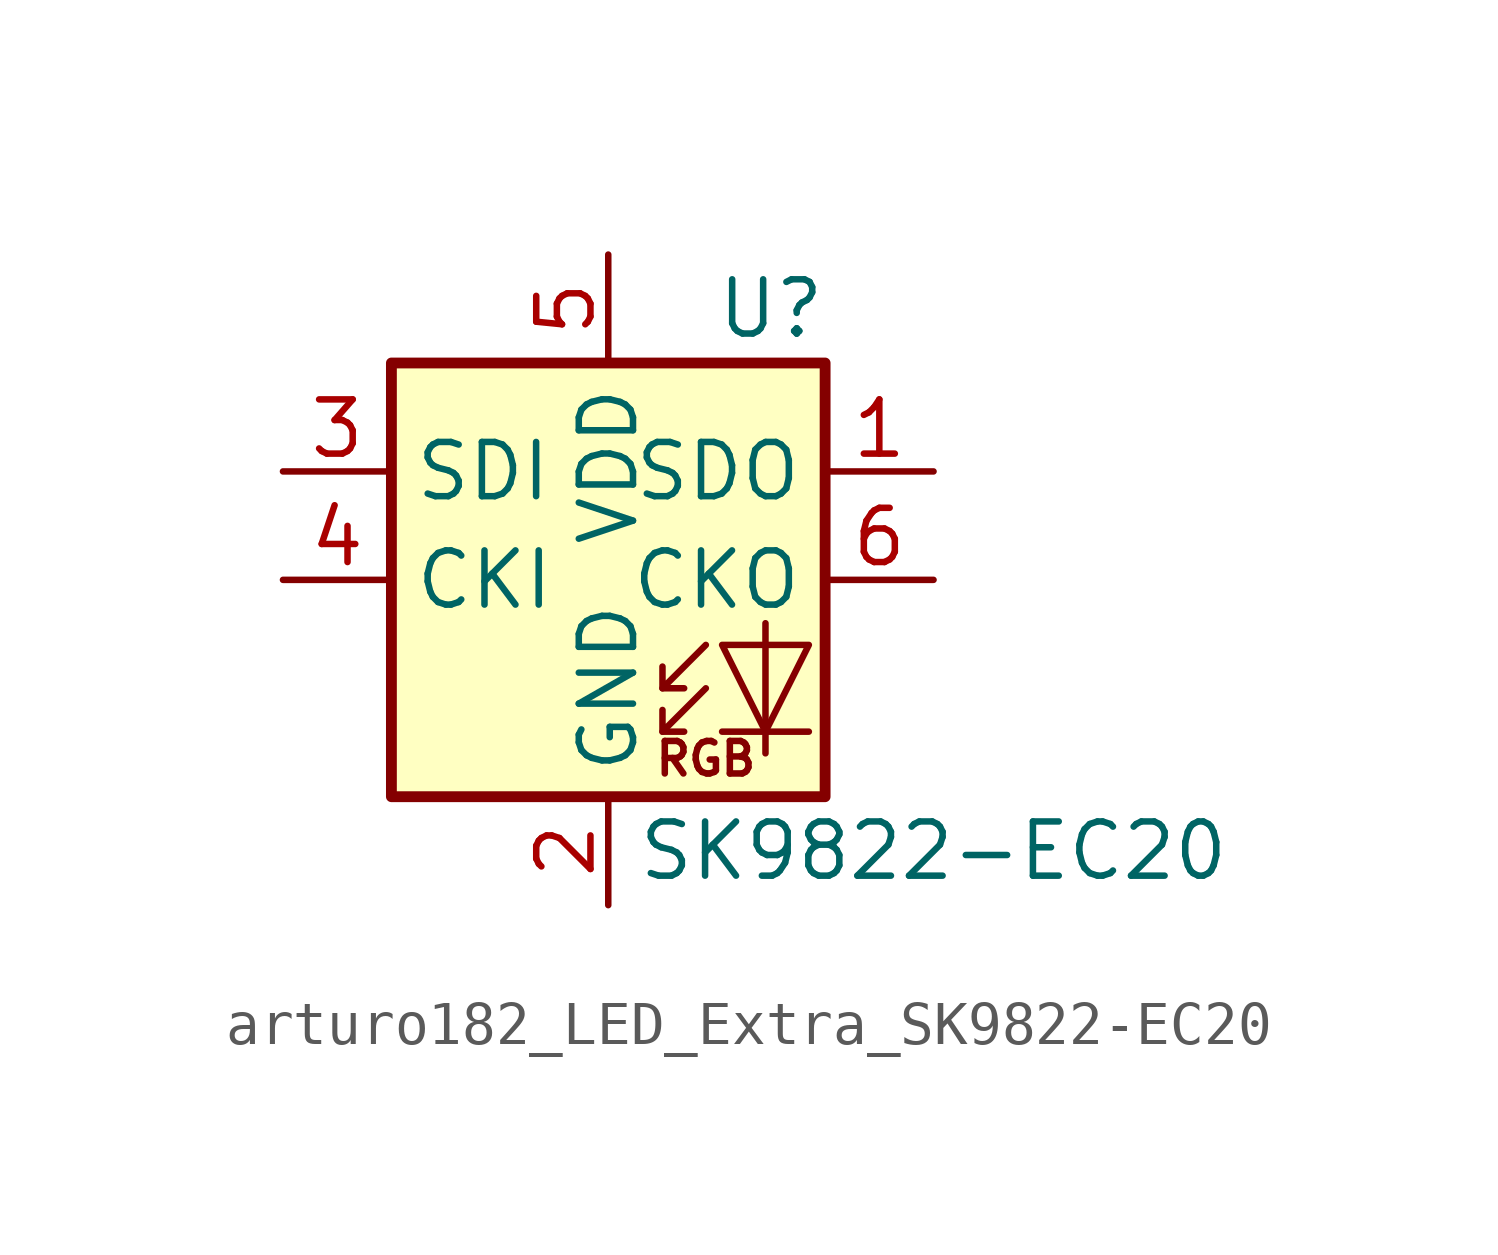
<source format=kicad_sym>
(kicad_symbol_lib
  (version 20220914)
  (generator kicad_symbol_editor)
  (symbol "arturo182_LED_Extra_SK9822-EC20"
    (property "Reference" "U"
      (at 3.81 6.35 0)
      (effects (font (size 1.27 1.27))))
    (property "Value" "SK9822-EC20"
      (at 7.62 -6.35 0)
      (effects (font (size 1.27 1.27))))
    (symbol "arturo182_LED_Extra_SK9822-EC20_0_0"
      (text "RGB" (at 2.286 -4.191 0) (effects (font (size 0.762 0.762)))))
    (symbol "arturo182_LED_Extra_SK9822-EC20_0_1"
      (polyline (pts (xy 1.27 -3.556) (xy 1.778 -3.556)) (stroke (width 0) (type default)) (fill (type none)))
      (polyline (pts (xy 1.27 -2.54) (xy 1.778 -2.54)) (stroke (width 0) (type default)) (fill (type none)))
      (polyline (pts (xy 4.699 -3.556) (xy 2.667 -3.556)) (stroke (width 0) (type default)) (fill (type none)))
      (polyline (pts (xy 2.286 -2.54) (xy 1.27 -3.556) (xy 1.27 -3.048)) (stroke (width 0) (type default)) (fill (type none)))
      (polyline (pts (xy 2.286 -1.524) (xy 1.27 -2.54) (xy 1.27 -2.032)) (stroke (width 0) (type default)) (fill (type none)))
      (polyline (pts (xy 3.683 -1.016) (xy 3.683 -3.556) (xy 3.683 -4.064)) (stroke (width 0) (type default)) (fill (type none)))
      (polyline (pts (xy 4.699 -1.524) (xy 2.667 -1.524) (xy 3.683 -3.556) (xy 4.699 -1.524)) (stroke (width 0) (type default)) (fill (type none)))
      (rectangle (start 5.08 5.08) (end -5.08 -5.08) (stroke (width 0.254) (type default)) (fill (type background))))
    (symbol "arturo182_LED_Extra_SK9822-EC20_1_1"
      (pin output line (at 7.62 2.54 180) (length 2.54) (name "SDO" (effects (font (size 1.27 1.27)))) (number "1" (effects (font (size 1.27 1.27)))))
      (pin power_in line (at 0 -7.62 90) (length 2.54) (name "GND" (effects (font (size 1.27 1.27)))) (number "2" (effects (font (size 1.27 1.27)))))
      (pin input line (at -7.62 2.54 0) (length 2.54) (name "SDI" (effects (font (size 1.27 1.27)))) (number "3" (effects (font (size 1.27 1.27)))))
      (pin input line (at -7.62 0 0) (length 2.54) (name "CKI" (effects (font (size 1.27 1.27)))) (number "4" (effects (font (size 1.27 1.27)))))
      (pin power_in line (at 0 7.62 270) (length 2.54) (name "VDD" (effects (font (size 1.27 1.27)))) (number "5" (effects (font (size 1.27 1.27)))))
      (pin output line (at 7.62 0 180) (length 2.54) (name "CKO" (effects (font (size 1.27 1.27)))) (number "6" (effects (font (size 1.27 1.27))))))))
</source>
